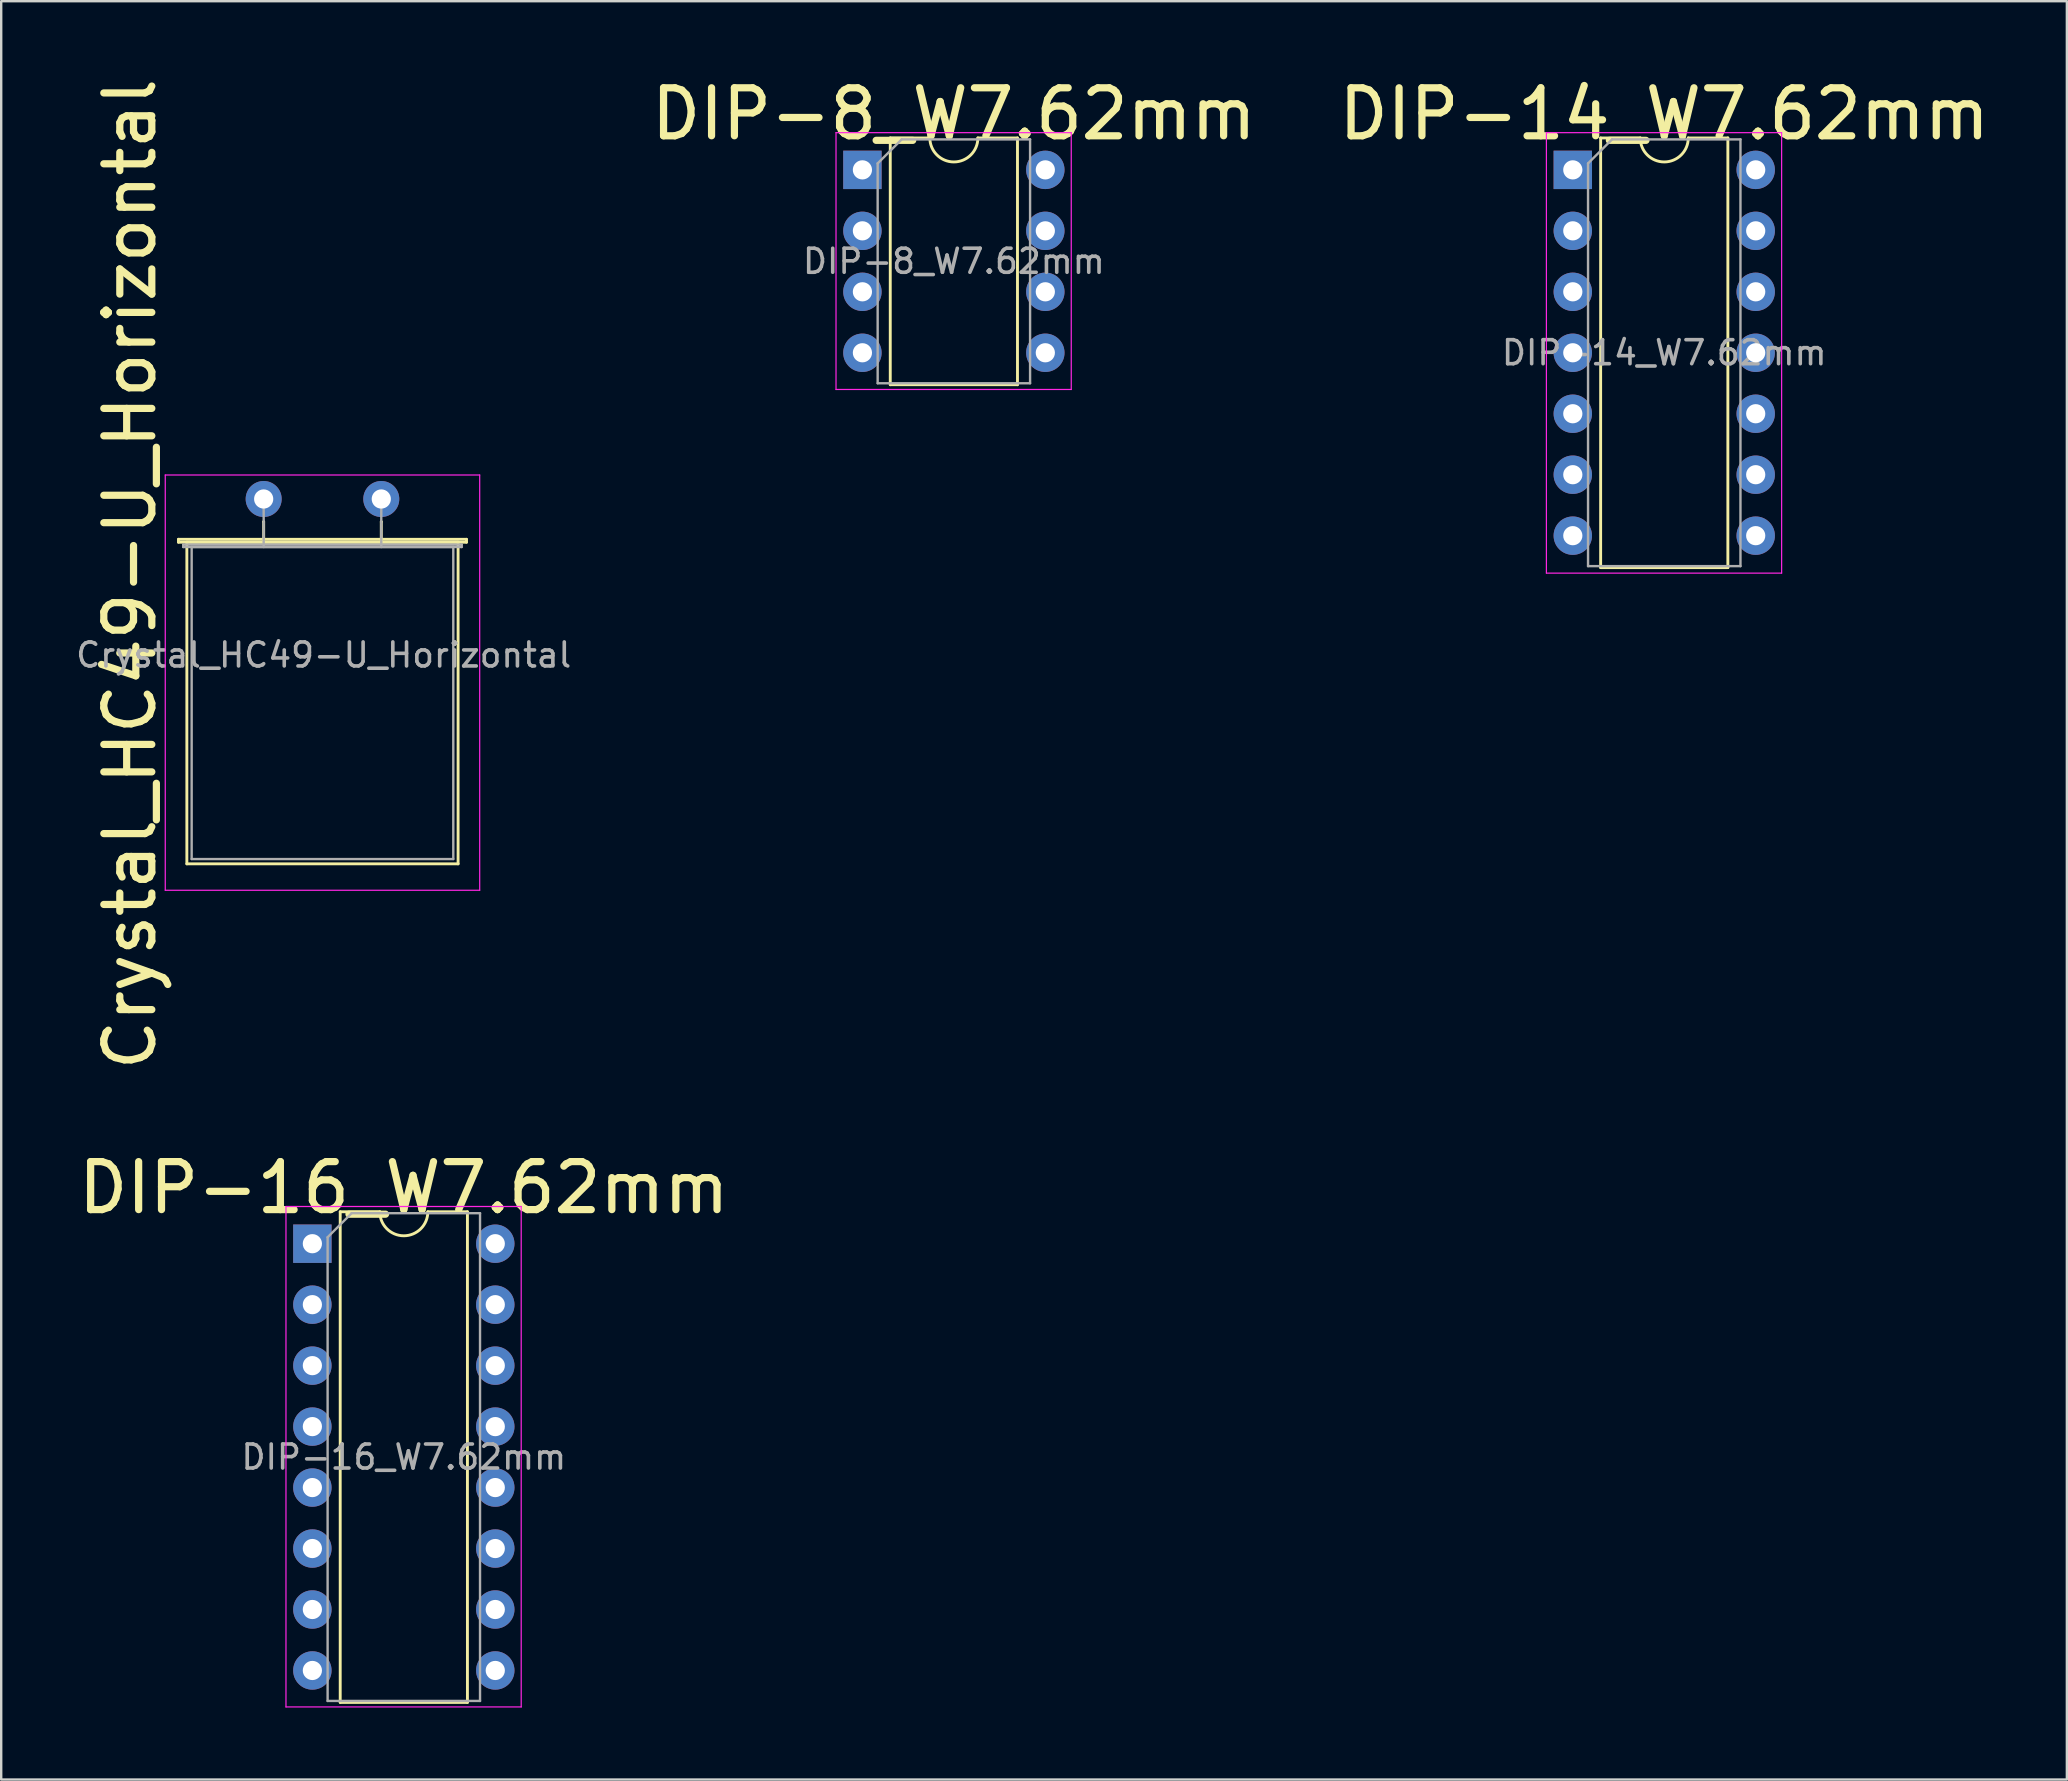
<source format=kicad_pcb>
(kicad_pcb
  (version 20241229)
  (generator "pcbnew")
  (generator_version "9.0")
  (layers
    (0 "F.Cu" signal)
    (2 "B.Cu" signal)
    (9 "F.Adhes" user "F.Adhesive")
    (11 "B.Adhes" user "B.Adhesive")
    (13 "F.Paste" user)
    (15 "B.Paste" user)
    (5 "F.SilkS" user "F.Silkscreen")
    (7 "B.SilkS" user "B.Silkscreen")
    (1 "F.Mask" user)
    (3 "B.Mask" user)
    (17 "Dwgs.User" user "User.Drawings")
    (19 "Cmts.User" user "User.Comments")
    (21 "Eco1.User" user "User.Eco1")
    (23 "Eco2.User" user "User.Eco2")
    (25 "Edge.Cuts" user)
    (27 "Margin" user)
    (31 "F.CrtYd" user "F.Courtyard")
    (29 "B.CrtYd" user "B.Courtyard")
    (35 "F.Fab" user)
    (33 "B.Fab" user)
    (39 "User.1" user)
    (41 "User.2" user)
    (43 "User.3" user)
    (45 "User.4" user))
  (footprint "DIP-8_W7.62mm"
    (layer "F.Cu")
    (at 32.88 4.027)
    (property "Reference" "DIP-8_W7.62mm" (at 3.81 -2.33 0) (layer "F.SilkS") (effects (font (size 2 2) (thickness 0.3))))
    (attr through_hole)
    (fp_line (start 1.16 -1.33) (end 1.16 8.95) (stroke (width 0.12) (type solid)) (layer "F.SilkS"))
    (fp_line (start 1.16 8.95) (end 6.46 8.95) (stroke (width 0.12) (type solid)) (layer "F.SilkS"))
    (fp_line (start 2.81 -1.33) (end 1.16 -1.33) (stroke (width 0.12) (type solid)) (layer "F.SilkS"))
    (fp_line (start 6.46 -1.33) (end 4.81 -1.33) (stroke (width 0.12) (type solid)) (layer "F.SilkS"))
    (fp_line (start 6.46 8.95) (end 6.46 -1.33) (stroke (width 0.12) (type solid)) (layer "F.SilkS"))
    (fp_arc (start 4.81 -1.33) (mid 3.81 -0.33) (end 2.81 -1.33) (stroke (width 0.12) (type solid)) (layer "F.SilkS"))
    (fp_line (start -1.1 -1.55) (end -1.1 9.15) (stroke (width 0.05) (type solid)) (layer "F.CrtYd"))
    (fp_line (start -1.1 9.15) (end 8.7 9.15) (stroke (width 0.05) (type solid)) (layer "F.CrtYd"))
    (fp_line (start 8.7 -1.55) (end -1.1 -1.55) (stroke (width 0.05) (type solid)) (layer "F.CrtYd"))
    (fp_line (start 8.7 9.15) (end 8.7 -1.55) (stroke (width 0.05) (type solid)) (layer "F.CrtYd"))
    (fp_line (start 0.635 -0.27) (end 1.635 -1.27) (stroke (width 0.1) (type solid)) (layer "F.Fab"))
    (fp_line (start 0.635 8.89) (end 0.635 -0.27) (stroke (width 0.1) (type solid)) (layer "F.Fab"))
    (fp_line (start 1.635 -1.27) (end 6.985 -1.27) (stroke (width 0.1) (type solid)) (layer "F.Fab"))
    (fp_line (start 6.985 -1.27) (end 6.985 8.89) (stroke (width 0.1) (type solid)) (layer "F.Fab"))
    (fp_line (start 6.985 8.89) (end 0.635 8.89) (stroke (width 0.1) (type solid)) (layer "F.Fab"))
    (fp_text user "${REFERENCE}" (at 3.81 3.81 0) (layer "F.Fab") (effects (font (size 1 1) (thickness 0.15))))
    (pad "1" thru_hole rect (at 0 0) (size 1.6 1.6) (drill 0.8) (layers "*.Cu" "*.Mask"))
    (pad "2" thru_hole oval (at 0 2.54) (size 1.6 1.6) (drill 0.8) (layers "*.Cu" "*.Mask"))
    (pad "3" thru_hole oval (at 0 5.08) (size 1.6 1.6) (drill 0.8) (layers "*.Cu" "*.Mask"))
    (pad "4" thru_hole oval (at 0 7.62) (size 1.6 1.6) (drill 0.8) (layers "*.Cu" "*.Mask"))
    (pad "5" thru_hole oval (at 7.62 7.62) (size 1.6 1.6) (drill 0.8) (layers "*.Cu" "*.Mask"))
    (pad "6" thru_hole oval (at 7.62 5.08) (size 1.6 1.6) (drill 0.8) (layers "*.Cu" "*.Mask"))
    (pad "7" thru_hole oval (at 7.62 2.54) (size 1.6 1.6) (drill 0.8) (layers "*.Cu" "*.Mask"))
    (pad "8" thru_hole oval (at 7.62 0) (size 1.6 1.6) (drill 0.8) (layers "*.Cu" "*.Mask")))
  (footprint "DIP-14_W7.62mm"
    (layer "F.Cu")
    (at 62.476 4.027)
    (property "Reference" "DIP-14_W7.62mm" (at 3.81 -2.33 0) (layer "F.SilkS") (effects (font (size 2 2) (thickness 0.3))))
    (attr through_hole)
    (fp_line (start 1.16 -1.33) (end 1.16 16.57) (stroke (width 0.12) (type solid)) (layer "F.SilkS"))
    (fp_line (start 1.16 16.57) (end 6.46 16.57) (stroke (width 0.12) (type solid)) (layer "F.SilkS"))
    (fp_line (start 2.81 -1.33) (end 1.16 -1.33) (stroke (width 0.12) (type solid)) (layer "F.SilkS"))
    (fp_line (start 6.46 -1.33) (end 4.81 -1.33) (stroke (width 0.12) (type solid)) (layer "F.SilkS"))
    (fp_line (start 6.46 16.57) (end 6.46 -1.33) (stroke (width 0.12) (type solid)) (layer "F.SilkS"))
    (fp_arc (start 4.81 -1.33) (mid 3.81 -0.33) (end 2.81 -1.33) (stroke (width 0.12) (type solid)) (layer "F.SilkS"))
    (fp_line (start -1.1 -1.55) (end -1.1 16.8) (stroke (width 0.05) (type solid)) (layer "F.CrtYd"))
    (fp_line (start -1.1 16.8) (end 8.7 16.8) (stroke (width 0.05) (type solid)) (layer "F.CrtYd"))
    (fp_line (start 8.7 -1.55) (end -1.1 -1.55) (stroke (width 0.05) (type solid)) (layer "F.CrtYd"))
    (fp_line (start 8.7 16.8) (end 8.7 -1.55) (stroke (width 0.05) (type solid)) (layer "F.CrtYd"))
    (fp_line (start 0.635 -0.27) (end 1.635 -1.27) (stroke (width 0.1) (type solid)) (layer "F.Fab"))
    (fp_line (start 0.635 16.51) (end 0.635 -0.27) (stroke (width 0.1) (type solid)) (layer "F.Fab"))
    (fp_line (start 1.635 -1.27) (end 6.985 -1.27) (stroke (width 0.1) (type solid)) (layer "F.Fab"))
    (fp_line (start 6.985 -1.27) (end 6.985 16.51) (stroke (width 0.1) (type solid)) (layer "F.Fab"))
    (fp_line (start 6.985 16.51) (end 0.635 16.51) (stroke (width 0.1) (type solid)) (layer "F.Fab"))
    (fp_text user "${REFERENCE}" (at 3.81 7.62 0) (layer "F.Fab") (effects (font (size 1 1) (thickness 0.15))))
    (pad "1" thru_hole rect (at 0 0) (size 1.6 1.6) (drill 0.8) (layers "*.Cu" "*.Mask"))
    (pad "2" thru_hole oval (at 0 2.54) (size 1.6 1.6) (drill 0.8) (layers "*.Cu" "*.Mask"))
    (pad "3" thru_hole oval (at 0 5.08) (size 1.6 1.6) (drill 0.8) (layers "*.Cu" "*.Mask"))
    (pad "4" thru_hole oval (at 0 7.62) (size 1.6 1.6) (drill 0.8) (layers "*.Cu" "*.Mask"))
    (pad "5" thru_hole oval (at 0 10.16) (size 1.6 1.6) (drill 0.8) (layers "*.Cu" "*.Mask"))
    (pad "6" thru_hole oval (at 0 12.7) (size 1.6 1.6) (drill 0.8) (layers "*.Cu" "*.Mask"))
    (pad "7" thru_hole oval (at 0 15.24) (size 1.6 1.6) (drill 0.8) (layers "*.Cu" "*.Mask"))
    (pad "8" thru_hole oval (at 7.62 15.24) (size 1.6 1.6) (drill 0.8) (layers "*.Cu" "*.Mask"))
    (pad "9" thru_hole oval (at 7.62 12.7) (size 1.6 1.6) (drill 0.8) (layers "*.Cu" "*.Mask"))
    (pad "10" thru_hole oval (at 7.62 10.16) (size 1.6 1.6) (drill 0.8) (layers "*.Cu" "*.Mask"))
    (pad "11" thru_hole oval (at 7.62 7.62) (size 1.6 1.6) (drill 0.8) (layers "*.Cu" "*.Mask"))
    (pad "12" thru_hole oval (at 7.62 5.08) (size 1.6 1.6) (drill 0.8) (layers "*.Cu" "*.Mask"))
    (pad "13" thru_hole oval (at 7.62 2.54) (size 1.6 1.6) (drill 0.8) (layers "*.Cu" "*.Mask"))
    (pad "14" thru_hole oval (at 7.62 0) (size 1.6 1.6) (drill 0.8) (layers "*.Cu" "*.Mask")))
  (footprint "DIP-16_W7.62mm"
    (layer "F.Cu")
    (at 9.964 48.765)
    (property "Reference" "DIP-16_W7.62mm" (at 3.81 -2.33 0) (layer "F.SilkS") (effects (font (size 2 2) (thickness 0.3))))
    (attr through_hole)
    (fp_line (start 1.16 -1.33) (end 1.16 19.11) (stroke (width 0.12) (type solid)) (layer "F.SilkS"))
    (fp_line (start 1.16 19.11) (end 6.46 19.11) (stroke (width 0.12) (type solid)) (layer "F.SilkS"))
    (fp_line (start 2.81 -1.33) (end 1.16 -1.33) (stroke (width 0.12) (type solid)) (layer "F.SilkS"))
    (fp_line (start 6.46 -1.33) (end 4.81 -1.33) (stroke (width 0.12) (type solid)) (layer "F.SilkS"))
    (fp_line (start 6.46 19.11) (end 6.46 -1.33) (stroke (width 0.12) (type solid)) (layer "F.SilkS"))
    (fp_arc (start 4.81 -1.33) (mid 3.81 -0.33) (end 2.81 -1.33) (stroke (width 0.12) (type solid)) (layer "F.SilkS"))
    (fp_line (start -1.1 -1.55) (end -1.1 19.3) (stroke (width 0.05) (type solid)) (layer "F.CrtYd"))
    (fp_line (start -1.1 19.3) (end 8.7 19.3) (stroke (width 0.05) (type solid)) (layer "F.CrtYd"))
    (fp_line (start 8.7 -1.55) (end -1.1 -1.55) (stroke (width 0.05) (type solid)) (layer "F.CrtYd"))
    (fp_line (start 8.7 19.3) (end 8.7 -1.55) (stroke (width 0.05) (type solid)) (layer "F.CrtYd"))
    (fp_line (start 0.635 -0.27) (end 1.635 -1.27) (stroke (width 0.1) (type solid)) (layer "F.Fab"))
    (fp_line (start 0.635 19.05) (end 0.635 -0.27) (stroke (width 0.1) (type solid)) (layer "F.Fab"))
    (fp_line (start 1.635 -1.27) (end 6.985 -1.27) (stroke (width 0.1) (type solid)) (layer "F.Fab"))
    (fp_line (start 6.985 -1.27) (end 6.985 19.05) (stroke (width 0.1) (type solid)) (layer "F.Fab"))
    (fp_line (start 6.985 19.05) (end 0.635 19.05) (stroke (width 0.1) (type solid)) (layer "F.Fab"))
    (fp_text user "${REFERENCE}" (at 3.81 8.89 0) (layer "F.Fab") (effects (font (size 1 1) (thickness 0.15))))
    (pad "1" thru_hole rect (at 0 0) (size 1.6 1.6) (drill 0.8) (layers "*.Cu" "*.Mask"))
    (pad "2" thru_hole oval (at 0 2.54) (size 1.6 1.6) (drill 0.8) (layers "*.Cu" "*.Mask"))
    (pad "3" thru_hole oval (at 0 5.08) (size 1.6 1.6) (drill 0.8) (layers "*.Cu" "*.Mask"))
    (pad "4" thru_hole oval (at 0 7.62) (size 1.6 1.6) (drill 0.8) (layers "*.Cu" "*.Mask"))
    (pad "5" thru_hole oval (at 0 10.16) (size 1.6 1.6) (drill 0.8) (layers "*.Cu" "*.Mask"))
    (pad "6" thru_hole oval (at 0 12.7) (size 1.6 1.6) (drill 0.8) (layers "*.Cu" "*.Mask"))
    (pad "7" thru_hole oval (at 0 15.24) (size 1.6 1.6) (drill 0.8) (layers "*.Cu" "*.Mask"))
    (pad "8" thru_hole oval (at 0 17.78) (size 1.6 1.6) (drill 0.8) (layers "*.Cu" "*.Mask"))
    (pad "9" thru_hole oval (at 7.62 17.78) (size 1.6 1.6) (drill 0.8) (layers "*.Cu" "*.Mask"))
    (pad "10" thru_hole oval (at 7.62 15.24) (size 1.6 1.6) (drill 0.8) (layers "*.Cu" "*.Mask"))
    (pad "11" thru_hole oval (at 7.62 12.7) (size 1.6 1.6) (drill 0.8) (layers "*.Cu" "*.Mask"))
    (pad "12" thru_hole oval (at 7.62 10.16) (size 1.6 1.6) (drill 0.8) (layers "*.Cu" "*.Mask"))
    (pad "13" thru_hole oval (at 7.62 7.62) (size 1.6 1.6) (drill 0.8) (layers "*.Cu" "*.Mask"))
    (pad "14" thru_hole oval (at 7.62 5.08) (size 1.6 1.6) (drill 0.8) (layers "*.Cu" "*.Mask"))
    (pad "15" thru_hole oval (at 7.62 2.54) (size 1.6 1.6) (drill 0.8) (layers "*.Cu" "*.Mask"))
    (pad "16" thru_hole oval (at 7.62 0) (size 1.6 1.6) (drill 0.8) (layers "*.Cu" "*.Mask")))
  (footprint "Crystal_HC49-U_Horizontal"
    (layer "F.Cu")
    (at 7.935 17.739)
    (property "Reference" "Crystal_HC49-U_Horizontal" (at -5.57 3.13 90) (layer "F.SilkS") (effects (font (size 2 2) (thickness 0.3))))
    (attr through_hole)
    (fp_line (start -3.55 1.68) (end 8.45 1.68) (stroke (width 0.12) (type solid)) (layer "F.SilkS"))
    (fp_line (start -3.55 1.8) (end -3.55 1.68) (stroke (width 0.12) (type solid)) (layer "F.SilkS"))
    (fp_line (start -3.2 1.8) (end -3.2 15.2) (stroke (width 0.12) (type solid)) (layer "F.SilkS"))
    (fp_line (start -3.2 15.2) (end 8.1 15.2) (stroke (width 0.12) (type solid)) (layer "F.SilkS"))
    (fp_line (start 0 0.95) (end 0 0.95) (stroke (width 0.12) (type solid)) (layer "F.SilkS"))
    (fp_line (start 0 1.8) (end 0 0.95) (stroke (width 0.12) (type solid)) (layer "F.SilkS"))
    (fp_line (start 4.9 0.95) (end 4.9 0.95) (stroke (width 0.12) (type solid)) (layer "F.SilkS"))
    (fp_line (start 4.9 1.8) (end 4.9 0.95) (stroke (width 0.12) (type solid)) (layer "F.SilkS"))
    (fp_line (start 8.1 1.8) (end -3.2 1.8) (stroke (width 0.12) (type solid)) (layer "F.SilkS"))
    (fp_line (start 8.1 15.2) (end 8.1 1.8) (stroke (width 0.12) (type solid)) (layer "F.SilkS"))
    (fp_line (start 8.45 1.68) (end 8.45 1.8) (stroke (width 0.12) (type solid)) (layer "F.SilkS"))
    (fp_line (start 8.45 1.8) (end -3.55 1.8) (stroke (width 0.12) (type solid)) (layer "F.SilkS"))
    (fp_line (start -4.1 -1) (end -4.1 16.3) (stroke (width 0.05) (type solid)) (layer "F.CrtYd"))
    (fp_line (start -4.1 16.3) (end 9 16.3) (stroke (width 0.05) (type solid)) (layer "F.CrtYd"))
    (fp_line (start 9 -1) (end -4.1 -1) (stroke (width 0.05) (type solid)) (layer "F.CrtYd"))
    (fp_line (start 9 16.3) (end 9 -1) (stroke (width 0.05) (type solid)) (layer "F.CrtYd"))
    (fp_line (start -3.35 1.9) (end 8.25 1.9) (stroke (width 0.1) (type solid)) (layer "F.Fab"))
    (fp_line (start -3.35 2) (end -3.35 1.9) (stroke (width 0.1) (type solid)) (layer "F.Fab"))
    (fp_line (start -3 2) (end -3 15) (stroke (width 0.1) (type solid)) (layer "F.Fab"))
    (fp_line (start -3 15) (end 7.9 15) (stroke (width 0.1) (type solid)) (layer "F.Fab"))
    (fp_line (start 0 1) (end 0 0) (stroke (width 0.1) (type solid)) (layer "F.Fab"))
    (fp_line (start 0 2) (end 0 1) (stroke (width 0.1) (type solid)) (layer "F.Fab"))
    (fp_line (start 4.9 1) (end 4.9 0) (stroke (width 0.1) (type solid)) (layer "F.Fab"))
    (fp_line (start 4.9 2) (end 4.9 1) (stroke (width 0.1) (type solid)) (layer "F.Fab"))
    (fp_line (start 7.9 2) (end -3 2) (stroke (width 0.1) (type solid)) (layer "F.Fab"))
    (fp_line (start 7.9 15) (end 7.9 2) (stroke (width 0.1) (type solid)) (layer "F.Fab"))
    (fp_line (start 8.25 1.9) (end 8.25 2) (stroke (width 0.1) (type solid)) (layer "F.Fab"))
    (fp_line (start 8.25 2) (end -3.35 2) (stroke (width 0.1) (type solid)) (layer "F.Fab"))
    (fp_text user "${REFERENCE}" (at 2.5 6.5 180) (layer "F.Fab") (effects (font (size 1 1) (thickness 0.15))))
    (pad "1" thru_hole circle (at 0 0) (size 1.5 1.5) (drill 0.8) (layers "*.Cu" "*.Mask"))
    (pad "2" thru_hole circle (at 4.9 0) (size 1.5 1.5) (drill 0.8) (layers "*.Cu" "*.Mask")))
  (gr_rect
    (start -3 -3)
    (end 83.06 71.09)
    (stroke (width 0.1) (type default))
    (fill no)
    (layer "Edge.Cuts")))
</source>
